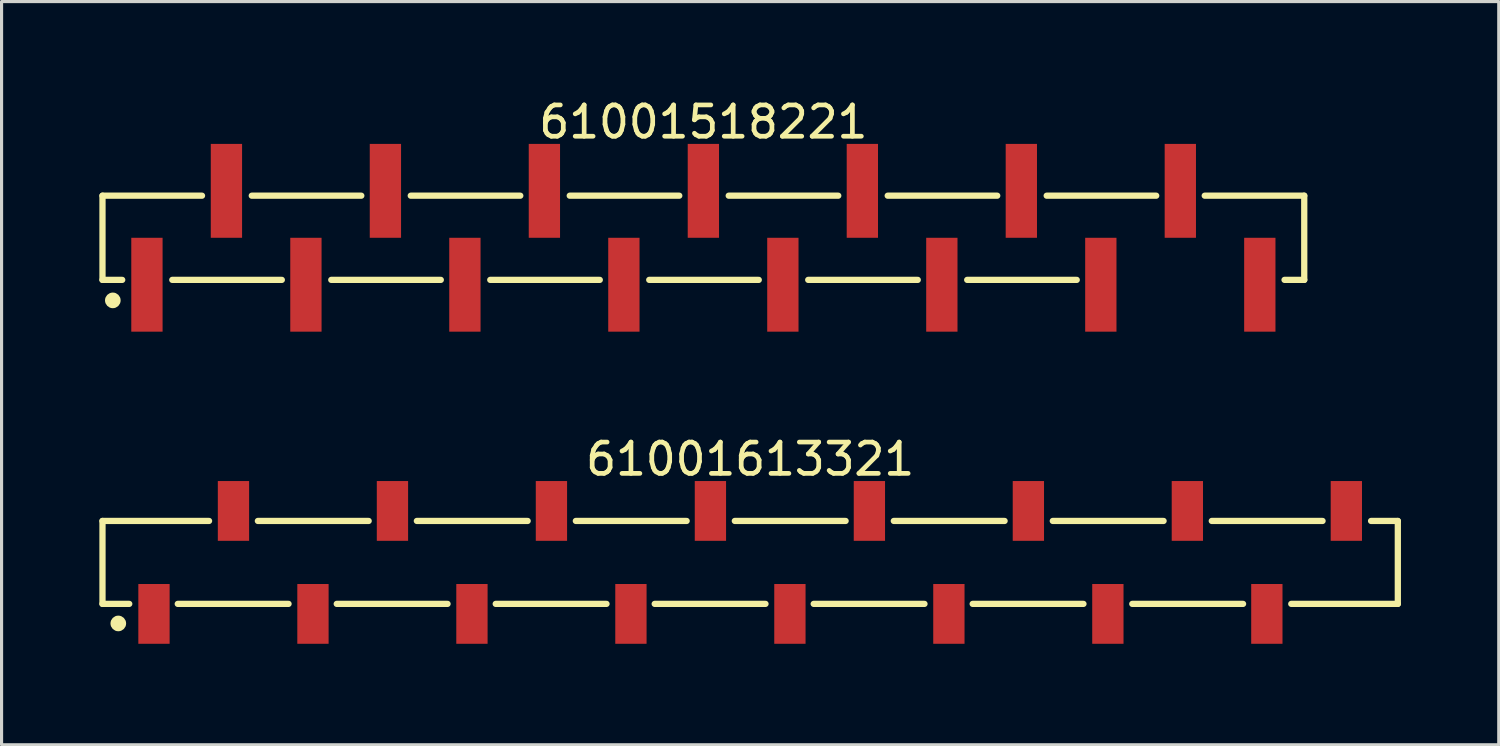
<source format=kicad_pcb>
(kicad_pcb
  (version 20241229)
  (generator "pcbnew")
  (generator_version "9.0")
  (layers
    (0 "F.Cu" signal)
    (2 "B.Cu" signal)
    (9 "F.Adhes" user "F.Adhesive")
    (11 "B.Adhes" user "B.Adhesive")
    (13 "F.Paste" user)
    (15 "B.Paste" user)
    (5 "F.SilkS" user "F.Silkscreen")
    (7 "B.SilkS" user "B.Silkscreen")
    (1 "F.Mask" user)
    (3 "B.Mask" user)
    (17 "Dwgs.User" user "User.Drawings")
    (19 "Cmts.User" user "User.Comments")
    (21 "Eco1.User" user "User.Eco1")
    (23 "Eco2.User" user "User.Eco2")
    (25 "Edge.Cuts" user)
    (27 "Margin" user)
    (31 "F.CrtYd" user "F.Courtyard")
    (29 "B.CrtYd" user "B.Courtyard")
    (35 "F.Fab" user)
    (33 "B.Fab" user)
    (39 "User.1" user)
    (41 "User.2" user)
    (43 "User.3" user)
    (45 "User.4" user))
  (footprint "61001518221"
    (layer "F.Cu")
    (at 19.425 4.548)
    (property "Reference" "61001518221" (at 0 -3.7 0) (layer "F.SilkS") (effects (font (size 1 1) (thickness 0.15))))
    (fp_line (start -19.2 -1.345) (end -16.02 -1.345) (stroke (width 0.2) (type solid)) (layer "F.SilkS"))
    (fp_line (start -19.2 1.345) (end -19.2 -1.345) (stroke (width 0.2) (type solid)) (layer "F.SilkS"))
    (fp_line (start -19.2 1.345) (end -18.57 1.345) (stroke (width 0.2) (type solid)) (layer "F.SilkS"))
    (fp_line (start -16.97 1.345) (end -13.47 1.345) (stroke (width 0.2) (type solid)) (layer "F.SilkS"))
    (fp_line (start -14.43 -1.345) (end -10.93 -1.345) (stroke (width 0.2) (type solid)) (layer "F.SilkS"))
    (fp_line (start -11.89 1.345) (end -8.39 1.345) (stroke (width 0.2) (type solid)) (layer "F.SilkS"))
    (fp_line (start -9.35 -1.345) (end -5.85 -1.345) (stroke (width 0.2) (type solid)) (layer "F.SilkS"))
    (fp_line (start -6.81 1.345) (end -3.31 1.345) (stroke (width 0.2) (type solid)) (layer "F.SilkS"))
    (fp_line (start -4.27 -1.345) (end -0.77 -1.345) (stroke (width 0.2) (type solid)) (layer "F.SilkS"))
    (fp_line (start -1.73 1.345) (end 1.77 1.345) (stroke (width 0.2) (type solid)) (layer "F.SilkS"))
    (fp_line (start 0.81 -1.345) (end 4.31 -1.345) (stroke (width 0.2) (type solid)) (layer "F.SilkS"))
    (fp_line (start 3.35 1.345) (end 6.85 1.345) (stroke (width 0.2) (type solid)) (layer "F.SilkS"))
    (fp_line (start 5.89 -1.345) (end 9.39 -1.345) (stroke (width 0.2) (type solid)) (layer "F.SilkS"))
    (fp_line (start 8.43 1.345) (end 11.93 1.345) (stroke (width 0.2) (type solid)) (layer "F.SilkS"))
    (fp_line (start 10.97 -1.345) (end 14.47 -1.345) (stroke (width 0.2) (type solid)) (layer "F.SilkS"))
    (fp_line (start 16.02 -1.345) (end 19.2 -1.345) (stroke (width 0.2) (type solid)) (layer "F.SilkS"))
    (fp_line (start 18.57 1.345) (end 19.2 1.345) (stroke (width 0.2) (type solid)) (layer "F.SilkS"))
    (fp_line (start 19.2 1.345) (end 19.2 -1.345) (stroke (width 0.2) (type solid)) (layer "F.SilkS"))
    (fp_circle (center -18.87 2) (end -18.87 1.875) (stroke (width 0.25) (type solid)) (fill no) (layer "F.SilkS"))
    (fp_line (start -19.4 -3.2) (end 19.4 -3.2) (stroke (width 0.05) (type solid)) (layer "Eco2.User"))
    (fp_line (start -19.4 3.2) (end -19.4 -3.2) (stroke (width 0.05) (type solid)) (layer "Eco2.User"))
    (fp_line (start -19.4 3.2) (end 19.4 3.2) (stroke (width 0.05) (type solid)) (layer "Eco2.User"))
    (fp_line (start -19.05 -1.27) (end 19.05 -1.27) (stroke (width 0.1) (type solid)) (layer "Eco2.User"))
    (fp_line (start -19.05 1.27) (end -19.05 -1.27) (stroke (width 0.1) (type solid)) (layer "Eco2.User"))
    (fp_line (start -19.05 1.27) (end 19.05 1.27) (stroke (width 0.1) (type solid)) (layer "Eco2.User"))
    (fp_line (start -18.1 2.5) (end -18.1 1.27) (stroke (width 0.1) (type solid)) (layer "Eco2.User"))
    (fp_line (start -18.1 2.5) (end -17.46 2.5) (stroke (width 0.1) (type solid)) (layer "Eco2.User"))
    (fp_line (start -17.46 2.5) (end -17.46 1.27) (stroke (width 0.1) (type solid)) (layer "Eco2.User"))
    (fp_line (start -15.56 -2.5) (end -14.92 -2.5) (stroke (width 0.1) (type solid)) (layer "Eco2.User"))
    (fp_line (start -15.56 -1.27) (end -15.56 -2.5) (stroke (width 0.1) (type solid)) (layer "Eco2.User"))
    (fp_line (start -14.92 -1.27) (end -14.92 -2.5) (stroke (width 0.1) (type solid)) (layer "Eco2.User"))
    (fp_line (start -13.02 2.5) (end -13.02 1.27) (stroke (width 0.1) (type solid)) (layer "Eco2.User"))
    (fp_line (start -13.02 2.5) (end -12.38 2.5) (stroke (width 0.1) (type solid)) (layer "Eco2.User"))
    (fp_line (start -12.38 2.5) (end -12.38 1.27) (stroke (width 0.1) (type solid)) (layer "Eco2.User"))
    (fp_line (start -10.48 -2.5) (end -9.84 -2.5) (stroke (width 0.1) (type solid)) (layer "Eco2.User"))
    (fp_line (start -10.48 -1.27) (end -10.48 -2.5) (stroke (width 0.1) (type solid)) (layer "Eco2.User"))
    (fp_line (start -9.84 -1.27) (end -9.84 -2.5) (stroke (width 0.1) (type solid)) (layer "Eco2.User"))
    (fp_line (start -7.94 2.5) (end -7.94 1.27) (stroke (width 0.1) (type solid)) (layer "Eco2.User"))
    (fp_line (start -7.94 2.5) (end -7.3 2.5) (stroke (width 0.1) (type solid)) (layer "Eco2.User"))
    (fp_line (start -7.3 2.5) (end -7.3 1.27) (stroke (width 0.1) (type solid)) (layer "Eco2.User"))
    (fp_line (start -5.4 -2.5) (end -4.76 -2.5) (stroke (width 0.1) (type solid)) (layer "Eco2.User"))
    (fp_line (start -5.4 -1.27) (end -5.4 -2.5) (stroke (width 0.1) (type solid)) (layer "Eco2.User"))
    (fp_line (start -4.76 -1.27) (end -4.76 -2.5) (stroke (width 0.1) (type solid)) (layer "Eco2.User"))
    (fp_line (start -2.86 2.5) (end -2.86 1.27) (stroke (width 0.1) (type solid)) (layer "Eco2.User"))
    (fp_line (start -2.86 2.5) (end -2.22 2.5) (stroke (width 0.1) (type solid)) (layer "Eco2.User"))
    (fp_line (start -2.22 2.5) (end -2.22 1.27) (stroke (width 0.1) (type solid)) (layer "Eco2.User"))
    (fp_line (start -0.5 0) (end 0.5 0) (stroke (width 0.05) (type solid)) (layer "Eco2.User"))
    (fp_line (start -0.32 -2.5) (end 0.32 -2.5) (stroke (width 0.1) (type solid)) (layer "Eco2.User"))
    (fp_line (start -0.32 -1.27) (end -0.32 -2.5) (stroke (width 0.1) (type solid)) (layer "Eco2.User"))
    (fp_line (start 0 0.5) (end 0 -0.5) (stroke (width 0.05) (type solid)) (layer "Eco2.User"))
    (fp_line (start 0.32 -1.27) (end 0.32 -2.5) (stroke (width 0.1) (type solid)) (layer "Eco2.User"))
    (fp_line (start 2.22 2.5) (end 2.22 1.27) (stroke (width 0.1) (type solid)) (layer "Eco2.User"))
    (fp_line (start 2.22 2.5) (end 2.86 2.5) (stroke (width 0.1) (type solid)) (layer "Eco2.User"))
    (fp_line (start 2.86 2.5) (end 2.86 1.27) (stroke (width 0.1) (type solid)) (layer "Eco2.User"))
    (fp_line (start 4.76 -2.5) (end 5.4 -2.5) (stroke (width 0.1) (type solid)) (layer "Eco2.User"))
    (fp_line (start 4.76 -1.27) (end 4.76 -2.5) (stroke (width 0.1) (type solid)) (layer "Eco2.User"))
    (fp_line (start 5.4 -1.27) (end 5.4 -2.5) (stroke (width 0.1) (type solid)) (layer "Eco2.User"))
    (fp_line (start 7.3 2.5) (end 7.3 1.27) (stroke (width 0.1) (type solid)) (layer "Eco2.User"))
    (fp_line (start 7.3 2.5) (end 7.94 2.5) (stroke (width 0.1) (type solid)) (layer "Eco2.User"))
    (fp_line (start 7.94 2.5) (end 7.94 1.27) (stroke (width 0.1) (type solid)) (layer "Eco2.User"))
    (fp_line (start 9.84 -2.5) (end 10.48 -2.5) (stroke (width 0.1) (type solid)) (layer "Eco2.User"))
    (fp_line (start 9.84 -1.27) (end 9.84 -2.5) (stroke (width 0.1) (type solid)) (layer "Eco2.User"))
    (fp_line (start 10.48 -1.27) (end 10.48 -2.5) (stroke (width 0.1) (type solid)) (layer "Eco2.User"))
    (fp_line (start 12.38 2.5) (end 12.38 1.27) (stroke (width 0.1) (type solid)) (layer "Eco2.User"))
    (fp_line (start 12.38 2.5) (end 13.02 2.5) (stroke (width 0.1) (type solid)) (layer "Eco2.User"))
    (fp_line (start 13.02 2.5) (end 13.02 1.27) (stroke (width 0.1) (type solid)) (layer "Eco2.User"))
    (fp_line (start 14.92 -2.5) (end 15.56 -2.5) (stroke (width 0.1) (type solid)) (layer "Eco2.User"))
    (fp_line (start 14.92 -1.27) (end 14.92 -2.5) (stroke (width 0.1) (type solid)) (layer "Eco2.User"))
    (fp_line (start 15.56 -1.27) (end 15.56 -2.5) (stroke (width 0.1) (type solid)) (layer "Eco2.User"))
    (fp_line (start 17.46 2.5) (end 17.46 1.27) (stroke (width 0.1) (type solid)) (layer "Eco2.User"))
    (fp_line (start 17.46 2.5) (end 18.1 2.5) (stroke (width 0.1) (type solid)) (layer "Eco2.User"))
    (fp_line (start 18.1 2.5) (end 18.1 1.27) (stroke (width 0.1) (type solid)) (layer "Eco2.User"))
    (fp_line (start 19.05 1.27) (end 19.05 -1.27) (stroke (width 0.1) (type solid)) (layer "Eco2.User"))
    (fp_line (start 19.4 3.2) (end 19.4 -3.2) (stroke (width 0.05) (type solid)) (layer "Eco2.User"))
    (fp_text user "${REFERENCE}" (at 0.15 -0.197 0) (unlocked yes) (layer "User.3") (effects (font (size 1.5 1.5) (thickness 0.15))))
    (pad "1" smd rect (at -17.78 1.5) (size 1 3) (layers "F.Cu" "F.Mask" "F.Paste"))
    (pad "2" smd rect (at -15.24 -1.5) (size 1 3) (layers "F.Cu" "F.Mask" "F.Paste"))
    (pad "3" smd rect (at -12.7 1.5) (size 1 3) (layers "F.Cu" "F.Mask" "F.Paste"))
    (pad "4" smd rect (at -10.16 -1.5) (size 1 3) (layers "F.Cu" "F.Mask" "F.Paste"))
    (pad "5" smd rect (at -7.62 1.5) (size 1 3) (layers "F.Cu" "F.Mask" "F.Paste"))
    (pad "6" smd rect (at -5.08 -1.5) (size 1 3) (layers "F.Cu" "F.Mask" "F.Paste"))
    (pad "7" smd rect (at -2.54 1.5) (size 1 3) (layers "F.Cu" "F.Mask" "F.Paste"))
    (pad "8" smd rect (at 0 -1.5) (size 1 3) (layers "F.Cu" "F.Mask" "F.Paste"))
    (pad "9" smd rect (at 2.54 1.5) (size 1 3) (layers "F.Cu" "F.Mask" "F.Paste"))
    (pad "10" smd rect (at 5.08 -1.5) (size 1 3) (layers "F.Cu" "F.Mask" "F.Paste"))
    (pad "11" smd rect (at 7.62 1.5) (size 1 3) (layers "F.Cu" "F.Mask" "F.Paste"))
    (pad "12" smd rect (at 10.16 -1.5) (size 1 3) (layers "F.Cu" "F.Mask" "F.Paste"))
    (pad "13" smd rect (at 12.7 1.5) (size 1 3) (layers "F.Cu" "F.Mask" "F.Paste"))
    (pad "14" smd rect (at 15.24 -1.5) (size 1 3) (layers "F.Cu" "F.Mask" "F.Paste"))
    (pad "15" smd rect (at 17.78 1.5) (size 1 3) (layers "F.Cu" "F.Mask" "F.Paste")))
  (footprint "61001613321"
    (layer "F.Cu")
    (at 20.92 14.921)
    (property "Reference" "61001613321" (at 0 -3.3 0) (layer "F.SilkS") (effects (font (size 1 1) (thickness 0.15))))
    (fp_line (start -20.695 -1.325) (end -17.29 -1.325) (stroke (width 0.2) (type solid)) (layer "F.SilkS"))
    (fp_line (start -20.695 1.325) (end -20.695 -1.325) (stroke (width 0.2) (type solid)) (layer "F.SilkS"))
    (fp_line (start -20.695 1.325) (end -19.84 1.325) (stroke (width 0.2) (type solid)) (layer "F.SilkS"))
    (fp_line (start -18.29 1.325) (end -14.75 1.325) (stroke (width 0.2) (type solid)) (layer "F.SilkS"))
    (fp_line (start -15.73 -1.325) (end -12.19 -1.325) (stroke (width 0.2) (type solid)) (layer "F.SilkS"))
    (fp_line (start -13.21 1.325) (end -9.67 1.325) (stroke (width 0.2) (type solid)) (layer "F.SilkS"))
    (fp_line (start -10.65 -1.325) (end -7.11 -1.325) (stroke (width 0.2) (type solid)) (layer "F.SilkS"))
    (fp_line (start -8.13 1.325) (end -4.59 1.325) (stroke (width 0.2) (type solid)) (layer "F.SilkS"))
    (fp_line (start -5.57 -1.325) (end -2.03 -1.325) (stroke (width 0.2) (type solid)) (layer "F.SilkS"))
    (fp_line (start -3.05 1.325) (end 0.49 1.325) (stroke (width 0.2) (type solid)) (layer "F.SilkS"))
    (fp_line (start -0.49 -1.325) (end 3.05 -1.325) (stroke (width 0.2) (type solid)) (layer "F.SilkS"))
    (fp_line (start 2.03 1.325) (end 5.57 1.325) (stroke (width 0.2) (type solid)) (layer "F.SilkS"))
    (fp_line (start 4.59 -1.325) (end 8.13 -1.325) (stroke (width 0.2) (type solid)) (layer "F.SilkS"))
    (fp_line (start 7.11 1.325) (end 10.65 1.325) (stroke (width 0.2) (type solid)) (layer "F.SilkS"))
    (fp_line (start 9.67 -1.325) (end 13.21 -1.325) (stroke (width 0.2) (type solid)) (layer "F.SilkS"))
    (fp_line (start 12.21 1.325) (end 15.75 1.325) (stroke (width 0.2) (type solid)) (layer "F.SilkS"))
    (fp_line (start 14.75 -1.325) (end 18.29 -1.325) (stroke (width 0.2) (type solid)) (layer "F.SilkS"))
    (fp_line (start 17.29 1.325) (end 20.695 1.325) (stroke (width 0.2) (type solid)) (layer "F.SilkS"))
    (fp_line (start 19.84 -1.325) (end 20.695 -1.325) (stroke (width 0.2) (type solid)) (layer "F.SilkS"))
    (fp_line (start 20.695 1.325) (end 20.695 -1.325) (stroke (width 0.2) (type solid)) (layer "F.SilkS"))
    (fp_circle (center -20.19 1.95) (end -20.19 1.825) (stroke (width 0.25) (type solid)) (fill no) (layer "F.SilkS"))
    (fp_line (start -20.895 -2.8) (end 20.895 -2.8) (stroke (width 0.05) (type solid)) (layer "Eco2.User"))
    (fp_line (start -20.895 2.8) (end -20.895 -2.8) (stroke (width 0.05) (type solid)) (layer "Eco2.User"))
    (fp_line (start -20.895 2.8) (end 20.895 2.8) (stroke (width 0.05) (type solid)) (layer "Eco2.User"))
    (fp_line (start -20.57 -1.25) (end 20.57 -1.25) (stroke (width 0.1) (type solid)) (layer "Eco2.User"))
    (fp_line (start -20.57 1.25) (end -20.57 -1.25) (stroke (width 0.1) (type solid)) (layer "Eco2.User"))
    (fp_line (start -20.57 1.25) (end 20.57 1.25) (stroke (width 0.1) (type solid)) (layer "Eco2.User"))
    (fp_line (start -19.3 2.025) (end -19.3 1.25) (stroke (width 0.1) (type solid)) (layer "Eco2.User"))
    (fp_line (start -19.3 2.025) (end -18.8 2.025) (stroke (width 0.1) (type solid)) (layer "Eco2.User"))
    (fp_line (start -18.8 2.025) (end -18.8 1.25) (stroke (width 0.1) (type solid)) (layer "Eco2.User"))
    (fp_line (start -16.76 -2.025) (end -16.26 -2.025) (stroke (width 0.1) (type solid)) (layer "Eco2.User"))
    (fp_line (start -16.76 -1.25) (end -16.76 -2.025) (stroke (width 0.1) (type solid)) (layer "Eco2.User"))
    (fp_line (start -16.26 -1.25) (end -16.26 -2.025) (stroke (width 0.1) (type solid)) (layer "Eco2.User"))
    (fp_line (start -14.22 2.025) (end -14.22 1.25) (stroke (width 0.1) (type solid)) (layer "Eco2.User"))
    (fp_line (start -14.22 2.025) (end -13.72 2.025) (stroke (width 0.1) (type solid)) (layer "Eco2.User"))
    (fp_line (start -13.72 2.025) (end -13.72 1.25) (stroke (width 0.1) (type solid)) (layer "Eco2.User"))
    (fp_line (start -11.68 -2.025) (end -11.18 -2.025) (stroke (width 0.1) (type solid)) (layer "Eco2.User"))
    (fp_line (start -11.68 -1.25) (end -11.68 -2.025) (stroke (width 0.1) (type solid)) (layer "Eco2.User"))
    (fp_line (start -11.18 -1.25) (end -11.18 -2.025) (stroke (width 0.1) (type solid)) (layer "Eco2.User"))
    (fp_line (start -9.14 2.025) (end -9.14 1.25) (stroke (width 0.1) (type solid)) (layer "Eco2.User"))
    (fp_line (start -9.14 2.025) (end -8.64 2.025) (stroke (width 0.1) (type solid)) (layer "Eco2.User"))
    (fp_line (start -8.64 2.025) (end -8.64 1.25) (stroke (width 0.1) (type solid)) (layer "Eco2.User"))
    (fp_line (start -6.6 -2.025) (end -6.1 -2.025) (stroke (width 0.1) (type solid)) (layer "Eco2.User"))
    (fp_line (start -6.6 -1.25) (end -6.6 -2.025) (stroke (width 0.1) (type solid)) (layer "Eco2.User"))
    (fp_line (start -6.1 -1.25) (end -6.1 -2.025) (stroke (width 0.1) (type solid)) (layer "Eco2.User"))
    (fp_line (start -4.06 2.025) (end -4.06 1.25) (stroke (width 0.1) (type solid)) (layer "Eco2.User"))
    (fp_line (start -4.06 2.025) (end -3.56 2.025) (stroke (width 0.1) (type solid)) (layer "Eco2.User"))
    (fp_line (start -3.56 2.025) (end -3.56 1.25) (stroke (width 0.1) (type solid)) (layer "Eco2.User"))
    (fp_line (start -1.52 -2.025) (end -1.02 -2.025) (stroke (width 0.1) (type solid)) (layer "Eco2.User"))
    (fp_line (start -1.52 -1.25) (end -1.52 -2.025) (stroke (width 0.1) (type solid)) (layer "Eco2.User"))
    (fp_line (start -1.02 -1.25) (end -1.02 -2.025) (stroke (width 0.1) (type solid)) (layer "Eco2.User"))
    (fp_line (start -0.5 0) (end 0.5 0) (stroke (width 0.05) (type solid)) (layer "Eco2.User"))
    (fp_line (start 0 0.5) (end 0 -0.5) (stroke (width 0.05) (type solid)) (layer "Eco2.User"))
    (fp_line (start 1.02 2.025) (end 1.02 1.25) (stroke (width 0.1) (type solid)) (layer "Eco2.User"))
    (fp_line (start 1.02 2.025) (end 1.52 2.025) (stroke (width 0.1) (type solid)) (layer "Eco2.User"))
    (fp_line (start 1.52 2.025) (end 1.52 1.25) (stroke (width 0.1) (type solid)) (layer "Eco2.User"))
    (fp_line (start 3.56 -2.025) (end 4.06 -2.025) (stroke (width 0.1) (type solid)) (layer "Eco2.User"))
    (fp_line (start 3.56 -1.25) (end 3.56 -2.025) (stroke (width 0.1) (type solid)) (layer "Eco2.User"))
    (fp_line (start 4.06 -1.25) (end 4.06 -2.025) (stroke (width 0.1) (type solid)) (layer "Eco2.User"))
    (fp_line (start 6.1 2.025) (end 6.1 1.25) (stroke (width 0.1) (type solid)) (layer "Eco2.User"))
    (fp_line (start 6.1 2.025) (end 6.6 2.025) (stroke (width 0.1) (type solid)) (layer "Eco2.User"))
    (fp_line (start 6.6 2.025) (end 6.6 1.25) (stroke (width 0.1) (type solid)) (layer "Eco2.User"))
    (fp_line (start 8.64 -2.025) (end 9.14 -2.025) (stroke (width 0.1) (type solid)) (layer "Eco2.User"))
    (fp_line (start 8.64 -1.25) (end 8.64 -2.025) (stroke (width 0.1) (type solid)) (layer "Eco2.User"))
    (fp_line (start 9.14 -1.25) (end 9.14 -2.025) (stroke (width 0.1) (type solid)) (layer "Eco2.User"))
    (fp_line (start 11.18 2.025) (end 11.18 1.25) (stroke (width 0.1) (type solid)) (layer "Eco2.User"))
    (fp_line (start 11.18 2.025) (end 11.68 2.025) (stroke (width 0.1) (type solid)) (layer "Eco2.User"))
    (fp_line (start 11.68 2.025) (end 11.68 1.25) (stroke (width 0.1) (type solid)) (layer "Eco2.User"))
    (fp_line (start 13.72 -2.025) (end 14.22 -2.025) (stroke (width 0.1) (type solid)) (layer "Eco2.User"))
    (fp_line (start 13.72 -1.25) (end 13.72 -2.025) (stroke (width 0.1) (type solid)) (layer "Eco2.User"))
    (fp_line (start 14.22 -1.25) (end 14.22 -2.025) (stroke (width 0.1) (type solid)) (layer "Eco2.User"))
    (fp_line (start 16.26 2.025) (end 16.26 1.25) (stroke (width 0.1) (type solid)) (layer "Eco2.User"))
    (fp_line (start 16.26 2.025) (end 16.76 2.025) (stroke (width 0.1) (type solid)) (layer "Eco2.User"))
    (fp_line (start 16.76 2.025) (end 16.76 1.25) (stroke (width 0.1) (type solid)) (layer "Eco2.User"))
    (fp_line (start 18.8 -2.025) (end 19.3 -2.025) (stroke (width 0.1) (type solid)) (layer "Eco2.User"))
    (fp_line (start 18.8 -1.25) (end 18.8 -2.025) (stroke (width 0.1) (type solid)) (layer "Eco2.User"))
    (fp_line (start 19.3 -1.25) (end 19.3 -2.025) (stroke (width 0.1) (type solid)) (layer "Eco2.User"))
    (fp_line (start 20.57 1.25) (end 20.57 -1.25) (stroke (width 0.1) (type solid)) (layer "Eco2.User"))
    (fp_line (start 20.895 2.8) (end 20.895 -2.8) (stroke (width 0.05) (type solid)) (layer "Eco2.User"))
    (fp_text user "${REFERENCE}" (at 0.15 -0.197 0) (unlocked yes) (layer "User.3") (effects (font (size 1.5 1.5) (thickness 0.15))))
    (pad "1" smd rect (at -19.05 1.645 180) (size 1 1.91) (layers "F.Cu" "F.Mask" "F.Paste"))
    (pad "2" smd rect (at -16.51 -1.645 180) (size 1 1.91) (layers "F.Cu" "F.Mask" "F.Paste"))
    (pad "3" smd rect (at -13.97 1.645 180) (size 1 1.91) (layers "F.Cu" "F.Mask" "F.Paste"))
    (pad "4" smd rect (at -11.43 -1.645 180) (size 1 1.91) (layers "F.Cu" "F.Mask" "F.Paste"))
    (pad "5" smd rect (at -8.89 1.645 180) (size 1 1.91) (layers "F.Cu" "F.Mask" "F.Paste"))
    (pad "6" smd rect (at -6.35 -1.645 180) (size 1 1.91) (layers "F.Cu" "F.Mask" "F.Paste"))
    (pad "7" smd rect (at -3.81 1.645 180) (size 1 1.91) (layers "F.Cu" "F.Mask" "F.Paste"))
    (pad "8" smd rect (at -1.27 -1.645 180) (size 1 1.91) (layers "F.Cu" "F.Mask" "F.Paste"))
    (pad "9" smd rect (at 1.27 1.645 180) (size 1 1.91) (layers "F.Cu" "F.Mask" "F.Paste"))
    (pad "10" smd rect (at 3.81 -1.645 180) (size 1 1.91) (layers "F.Cu" "F.Mask" "F.Paste"))
    (pad "11" smd rect (at 6.35 1.645 180) (size 1 1.91) (layers "F.Cu" "F.Mask" "F.Paste"))
    (pad "12" smd rect (at 8.89 -1.645 180) (size 1 1.91) (layers "F.Cu" "F.Mask" "F.Paste"))
    (pad "13" smd rect (at 11.43 1.645 180) (size 1 1.91) (layers "F.Cu" "F.Mask" "F.Paste"))
    (pad "14" smd rect (at 13.97 -1.645 180) (size 1 1.91) (layers "F.Cu" "F.Mask" "F.Paste"))
    (pad "15" smd rect (at 16.51 1.645 180) (size 1 1.91) (layers "F.Cu" "F.Mask" "F.Paste"))
    (pad "16" smd rect (at 19.05 -1.645 180) (size 1 1.91) (layers "F.Cu" "F.Mask" "F.Paste")))
  (gr_rect
    (start -3 -3)
    (end 44.84 20.747)
    (stroke (width 0.1) (type default))
    (fill no)
    (layer "Edge.Cuts")))
</source>
